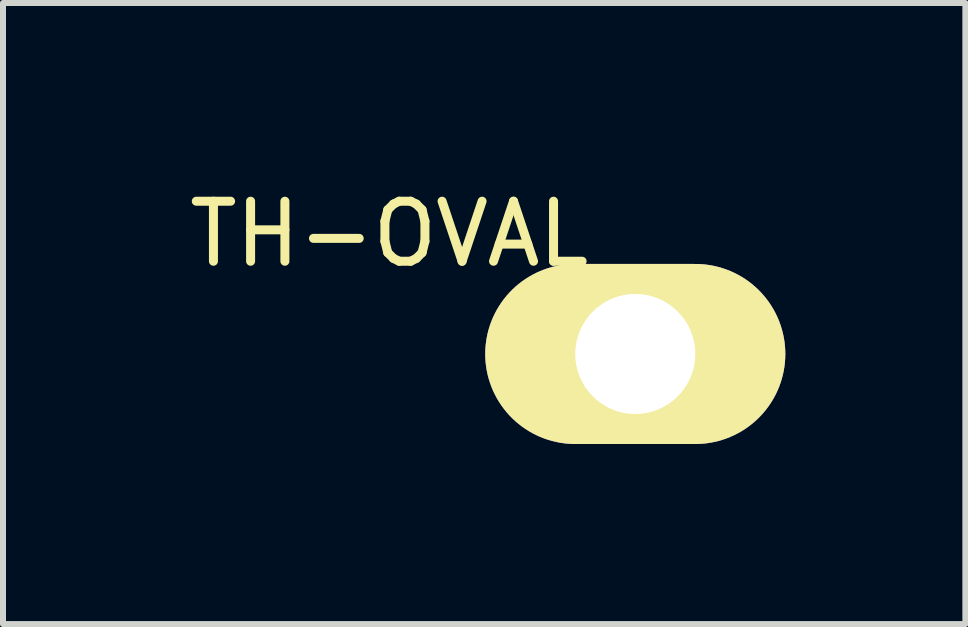
<source format=kicad_pcb>
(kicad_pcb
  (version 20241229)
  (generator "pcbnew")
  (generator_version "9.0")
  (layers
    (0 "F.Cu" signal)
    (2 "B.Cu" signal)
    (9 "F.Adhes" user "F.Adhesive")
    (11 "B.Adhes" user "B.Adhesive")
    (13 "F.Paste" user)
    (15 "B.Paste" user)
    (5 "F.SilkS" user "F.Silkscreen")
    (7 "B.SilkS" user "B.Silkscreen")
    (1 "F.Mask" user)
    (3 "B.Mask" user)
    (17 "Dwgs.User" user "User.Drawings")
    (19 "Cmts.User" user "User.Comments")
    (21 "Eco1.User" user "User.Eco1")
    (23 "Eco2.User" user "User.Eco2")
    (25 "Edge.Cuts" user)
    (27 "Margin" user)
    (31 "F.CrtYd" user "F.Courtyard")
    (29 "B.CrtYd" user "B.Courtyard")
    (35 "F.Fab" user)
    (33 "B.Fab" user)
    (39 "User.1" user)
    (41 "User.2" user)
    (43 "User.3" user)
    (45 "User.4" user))
  (footprint "TH-OVAL"
    (layer "F.Cu")
    (at 7.535 2.848)
    (property "Reference" "TH-OVAL" (at -4.1 -2 0) (layer "F.SilkS") (effects (font (size 1 1) (thickness 0.15))))
    (attr through_hole)
    (pad "1" thru_hole oval (at 0 0) (size 5 3) (drill 2) (layers "*.Cu" "*.Mask" "F.SilkS")))
  (gr_rect
    (start -3 -3)
    (end 13.035 7.348)
    (stroke (width 0.1) (type default))
    (fill no)
    (layer "Edge.Cuts")))
</source>
